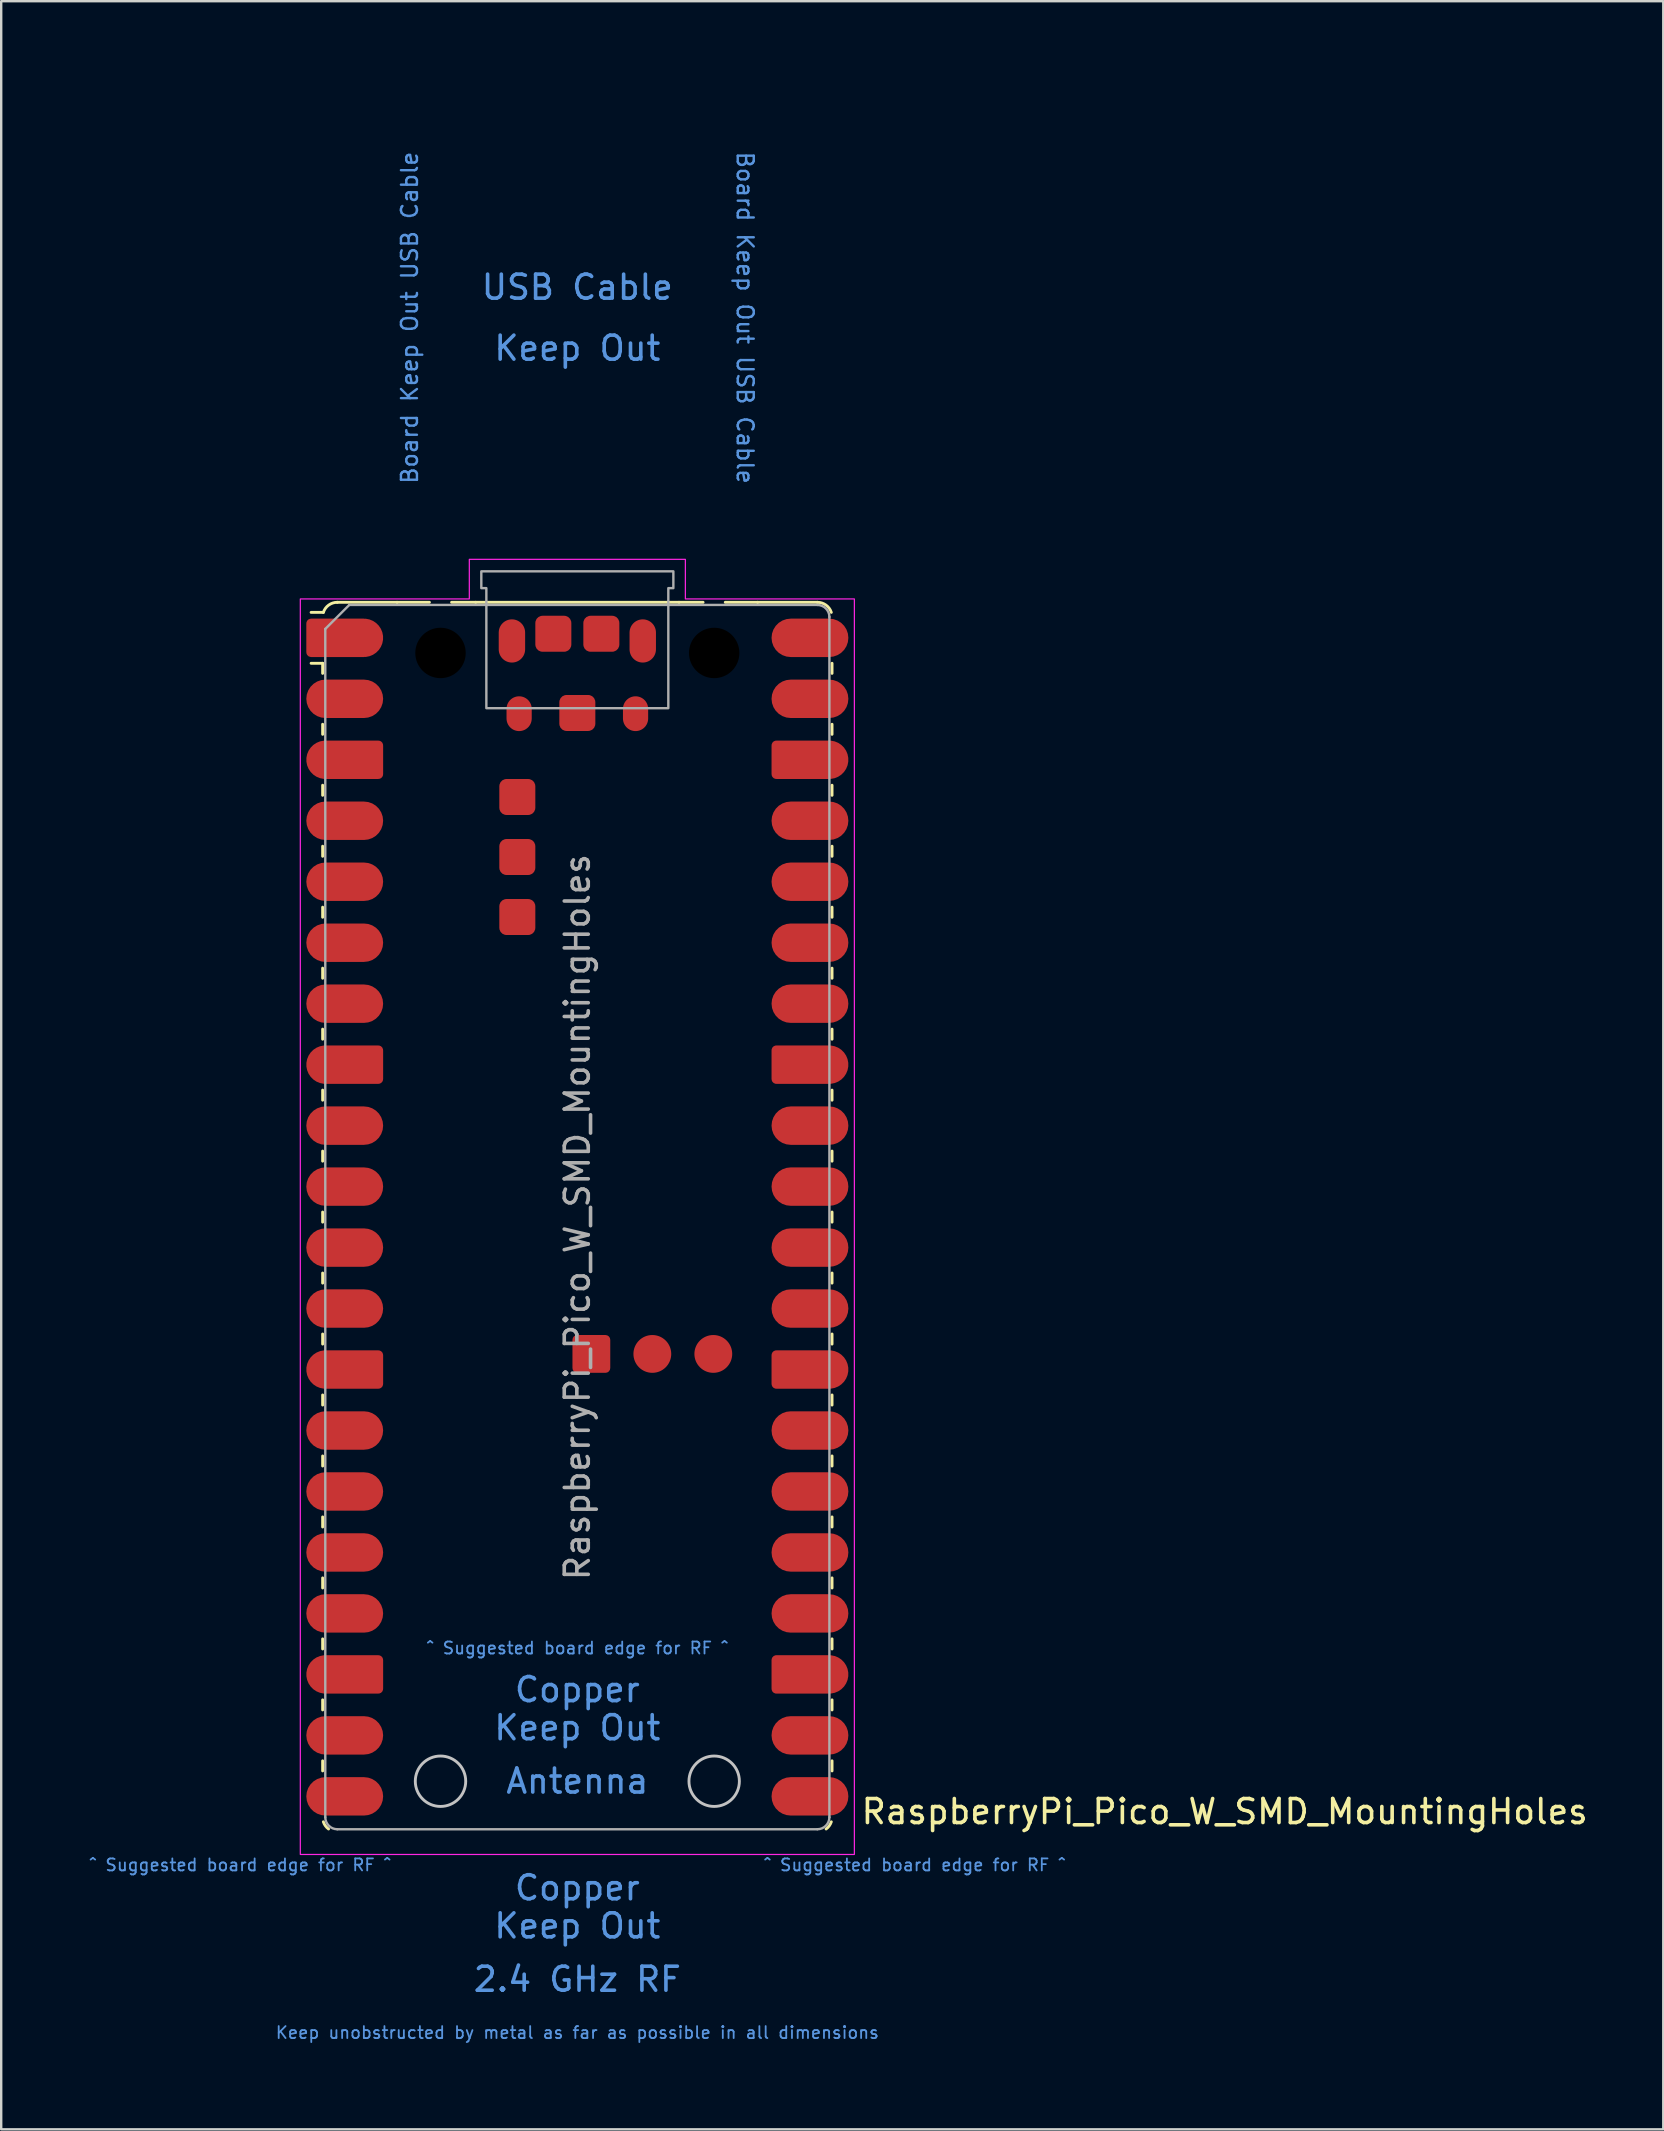
<source format=kicad_pcb>
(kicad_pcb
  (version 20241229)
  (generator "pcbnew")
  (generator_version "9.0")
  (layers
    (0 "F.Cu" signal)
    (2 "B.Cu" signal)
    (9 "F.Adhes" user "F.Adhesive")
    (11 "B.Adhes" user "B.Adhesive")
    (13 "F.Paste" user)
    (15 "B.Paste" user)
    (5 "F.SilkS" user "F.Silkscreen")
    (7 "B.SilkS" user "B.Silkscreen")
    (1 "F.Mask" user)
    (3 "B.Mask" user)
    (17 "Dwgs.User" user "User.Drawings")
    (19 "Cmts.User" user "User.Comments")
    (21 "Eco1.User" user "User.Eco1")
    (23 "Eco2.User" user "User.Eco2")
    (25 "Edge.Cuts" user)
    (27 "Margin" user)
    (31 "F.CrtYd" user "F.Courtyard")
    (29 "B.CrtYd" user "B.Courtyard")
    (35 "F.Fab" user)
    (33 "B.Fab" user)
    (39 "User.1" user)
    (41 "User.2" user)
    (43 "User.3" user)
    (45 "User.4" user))
  (footprint "RaspberryPi_Pico_W_SMD_MountingHoles"
    (layer "F.Cu")
    (at 21 47.65)
    (property "Reference" "RaspberryPi_Pico_W_SMD_MountingHoles" (at 11.748 24.765 0) (unlocked yes) (layer "F.SilkS") (effects (font (size 1 1) (thickness 0.15)) (justify left)))
    (attr smd)
    (fp_line (start -10.61 -23.07) (end -11.09 -23.07) (stroke (width 0.12) (type solid)) (layer "F.SilkS"))
    (fp_line (start -10.61 -23.07) (end -10.61 -22.65) (stroke (width 0.12) (type solid)) (layer "F.SilkS"))
    (fp_line (start -10.61 -20.53) (end -10.61 -20.11) (stroke (width 0.12) (type solid)) (layer "F.SilkS"))
    (fp_line (start -10.61 -17.99) (end -10.61 -17.57) (stroke (width 0.12) (type solid)) (layer "F.SilkS"))
    (fp_line (start -10.61 -15.45) (end -10.61 -15.03) (stroke (width 0.12) (type solid)) (layer "F.SilkS"))
    (fp_line (start -10.61 -12.91) (end -10.61 -12.49) (stroke (width 0.12) (type solid)) (layer "F.SilkS"))
    (fp_line (start -10.61 -10.37) (end -10.61 -9.95) (stroke (width 0.12) (type solid)) (layer "F.SilkS"))
    (fp_line (start -10.61 -7.83) (end -10.61 -7.41) (stroke (width 0.12) (type solid)) (layer "F.SilkS"))
    (fp_line (start -10.61 -5.29) (end -10.61 -4.87) (stroke (width 0.12) (type solid)) (layer "F.SilkS"))
    (fp_line (start -10.61 -2.75) (end -10.61 -2.33) (stroke (width 0.12) (type solid)) (layer "F.SilkS"))
    (fp_line (start -10.61 -0.21) (end -10.61 0.21) (stroke (width 0.12) (type solid)) (layer "F.SilkS"))
    (fp_line (start -10.61 2.33) (end -10.61 2.75) (stroke (width 0.12) (type solid)) (layer "F.SilkS"))
    (fp_line (start -10.61 4.87) (end -10.61 5.29) (stroke (width 0.12) (type solid)) (layer "F.SilkS"))
    (fp_line (start -10.61 7.41) (end -10.61 7.83) (stroke (width 0.12) (type solid)) (layer "F.SilkS"))
    (fp_line (start -10.61 9.95) (end -10.61 10.37) (stroke (width 0.12) (type solid)) (layer "F.SilkS"))
    (fp_line (start -10.61 12.49) (end -10.61 12.91) (stroke (width 0.12) (type solid)) (layer "F.SilkS"))
    (fp_line (start -10.61 15.03) (end -10.61 15.45) (stroke (width 0.12) (type solid)) (layer "F.SilkS"))
    (fp_line (start -10.61 17.57) (end -10.61 17.99) (stroke (width 0.12) (type solid)) (layer "F.SilkS"))
    (fp_line (start -10.61 20.11) (end -10.61 20.53) (stroke (width 0.12) (type solid)) (layer "F.SilkS"))
    (fp_line (start -10.61 22.65) (end -10.61 23.07) (stroke (width 0.12) (type solid)) (layer "F.SilkS"))
    (fp_line (start -10.58 -25.19) (end -11.09 -25.19) (stroke (width 0.12) (type solid)) (layer "F.SilkS"))
    (fp_line (start -10 -25.61) (end -7.51 -25.61) (stroke (width 0.12) (type solid)) (layer "F.SilkS"))
    (fp_line (start -7.51 -25.61) (end -6.162 -25.61) (stroke (width 0.12) (type solid)) (layer "F.SilkS"))
    (fp_line (start -5.238 -25.61) (end -4.235 -25.61) (stroke (width 0.12) (type solid)) (layer "F.SilkS"))
    (fp_line (start -4.235 -25.61) (end 4.235 -25.61) (stroke (width 0.12) (type solid)) (layer "F.SilkS"))
    (fp_line (start 4.235 -25.61) (end 5.238 -25.61) (stroke (width 0.12) (type solid)) (layer "F.SilkS"))
    (fp_line (start 6.162 -25.61) (end 7.51 -25.61) (stroke (width 0.12) (type solid)) (layer "F.SilkS"))
    (fp_line (start 10 -25.61) (end 7.51 -25.61) (stroke (width 0.12) (type solid)) (layer "F.SilkS"))
    (fp_line (start 10.61 -23.07) (end 10.61 -22.65) (stroke (width 0.12) (type solid)) (layer "F.SilkS"))
    (fp_line (start 10.61 -20.53) (end 10.61 -20.11) (stroke (width 0.12) (type solid)) (layer "F.SilkS"))
    (fp_line (start 10.61 -17.99) (end 10.61 -17.57) (stroke (width 0.12) (type solid)) (layer "F.SilkS"))
    (fp_line (start 10.61 -15.45) (end 10.61 -15.03) (stroke (width 0.12) (type solid)) (layer "F.SilkS"))
    (fp_line (start 10.61 -12.91) (end 10.61 -12.49) (stroke (width 0.12) (type solid)) (layer "F.SilkS"))
    (fp_line (start 10.61 -10.37) (end 10.61 -9.95) (stroke (width 0.12) (type solid)) (layer "F.SilkS"))
    (fp_line (start 10.61 -7.83) (end 10.61 -7.41) (stroke (width 0.12) (type solid)) (layer "F.SilkS"))
    (fp_line (start 10.61 -5.29) (end 10.61 -4.87) (stroke (width 0.12) (type solid)) (layer "F.SilkS"))
    (fp_line (start 10.61 -2.75) (end 10.61 -2.33) (stroke (width 0.12) (type solid)) (layer "F.SilkS"))
    (fp_line (start 10.61 -0.21) (end 10.61 0.21) (stroke (width 0.12) (type solid)) (layer "F.SilkS"))
    (fp_line (start 10.61 2.33) (end 10.61 2.75) (stroke (width 0.12) (type solid)) (layer "F.SilkS"))
    (fp_line (start 10.61 4.87) (end 10.61 5.29) (stroke (width 0.12) (type solid)) (layer "F.SilkS"))
    (fp_line (start 10.61 7.41) (end 10.61 7.83) (stroke (width 0.12) (type solid)) (layer "F.SilkS"))
    (fp_line (start 10.61 9.95) (end 10.61 10.37) (stroke (width 0.12) (type solid)) (layer "F.SilkS"))
    (fp_line (start 10.61 12.49) (end 10.61 12.91) (stroke (width 0.12) (type solid)) (layer "F.SilkS"))
    (fp_line (start 10.61 15.03) (end 10.61 15.45) (stroke (width 0.12) (type solid)) (layer "F.SilkS"))
    (fp_line (start 10.61 17.57) (end 10.61 17.99) (stroke (width 0.12) (type solid)) (layer "F.SilkS"))
    (fp_line (start 10.61 20.11) (end 10.61 20.53) (stroke (width 0.12) (type solid)) (layer "F.SilkS"))
    (fp_line (start 10.61 22.65) (end 10.61 23.07) (stroke (width 0.12) (type solid)) (layer "F.SilkS"))
    (fp_arc (start -10.579676 -25.189937) (mid -10.357938 -25.493944) (end -10 -25.61) (stroke (width 0.12) (type solid)) (layer "F.SilkS"))
    (fp_arc (start -10.363318 25.49) (mid -10.494791 25.356765) (end -10.579676 25.189937) (stroke (width 0.12) (type solid)) (layer "F.SilkS"))
    (fp_arc (start 10 -25.61) (mid 10.357937 -25.493944) (end 10.579676 -25.189937) (stroke (width 0.12) (type solid)) (layer "F.SilkS"))
    (fp_arc (start 10.579676 25.189937) (mid 10.494798 25.356768) (end 10.363318 25.49) (stroke (width 0.12) (type solid)) (layer "F.SilkS"))
    (fp_circle (center -5.7 23.5) (end -4.65 23.5) (stroke (width 0.12) (type solid)) (fill no) (layer "Dwgs.User"))
    (fp_circle (center 5.7 23.5) (end 6.75 23.5) (stroke (width 0.12) (type solid)) (fill no) (layer "Dwgs.User"))
    (fp_poly (pts (xy -4.5 -27.4) (xy 4.5 -27.4) (xy 4.5 -25.75) (xy 11.54 -25.75) (xy 11.54 26.55) (xy -11.54 26.55) (xy -11.54 -25.75) (xy -4.5 -25.75)) (stroke (width 0.05) (type solid)) (fill no) (layer "F.CrtYd"))
    (fp_line (start -10.5 -24.5) (end -9.5 -25.5) (stroke (width 0.1) (type solid)) (layer "F.Fab"))
    (fp_line (start -10.5 25) (end -10.5 -24.5) (stroke (width 0.1) (type solid)) (layer "F.Fab"))
    (fp_line (start -9.5 -25.5) (end 10 -25.5) (stroke (width 0.1) (type solid)) (layer "F.Fab"))
    (fp_line (start 10 25.5) (end -10 25.5) (stroke (width 0.1) (type solid)) (layer "F.Fab"))
    (fp_line (start 10.5 -25) (end 10.5 25) (stroke (width 0.1) (type solid)) (layer "F.Fab"))
    (fp_arc (start -10 25.5) (mid -10.353553 25.353553) (end -10.5 25) (stroke (width 0.1) (type solid)) (layer "F.Fab"))
    (fp_arc (start 10 -25.5) (mid 10.353553 -25.353553) (end 10.5 -25) (stroke (width 0.1) (type solid)) (layer "F.Fab"))
    (fp_arc (start 10.5 25) (mid 10.353553 25.353553) (end 10 25.5) (stroke (width 0.1) (type solid)) (layer "F.Fab"))
    (fp_poly (pts (xy 3.79 -21.2) (xy 3.79 -26.2) (xy 4 -26.2) (xy 4 -26.9) (xy -4 -26.9) (xy -4 -26.2) (xy -3.79 -26.2) (xy -3.79 -21.2)) (stroke (width 0.1) (type solid)) (fill no) (layer "F.Fab"))
    (fp_text user "Keep unobstructed by metal as far as possible in all dimensions" (at 0 33.972 0) (unlocked yes) (layer "Cmts.User") (effects (font (size 0.5 0.5) (thickness 0.075))))
    (fp_text user "Copper" (at 0 19.685 0) (unlocked yes) (layer "Cmts.User") (effects (font (size 1 1) (thickness 0.15))))
    (fp_text user "Board Keep Out USB Cable" (at 6.985 -37.465 270) (unlocked yes) (layer "Cmts.User") (effects (font (size 0.667 0.667) (thickness 0.1))))
    (fp_text user "^ Suggested board edge for RF ^" (at 0 17.953 0) (unlocked yes) (layer "Cmts.User") (effects (font (size 0.5 0.5) (thickness 0.075))))
    (fp_text user "Copper" (at 0 27.94 0) (unlocked yes) (layer "Cmts.User") (effects (font (size 1 1) (thickness 0.15))))
    (fp_text user "Keep Out" (at 0 -36.195 0) (unlocked yes) (layer "Cmts.User") (effects (font (size 1 1) (thickness 0.15))))
    (fp_text user "Antenna" (at 0 23.495 0) (unlocked yes) (layer "Cmts.User") (effects (font (size 1 1) (thickness 0.15))))
    (fp_text user "Keep Out" (at 0 21.273 0) (unlocked yes) (layer "Cmts.User") (effects (font (size 1 1) (thickness 0.15))))
    (fp_text user "USB Cable" (at 0 -38.735 0) (unlocked yes) (layer "Cmts.User") (effects (font (size 1 1) (thickness 0.15))))
    (fp_text user "^ Suggested board edge for RF ^" (at 14.05 26.988 0) (unlocked yes) (layer "Cmts.User") (effects (font (size 0.5 0.5) (thickness 0.075))))
    (fp_text user "2.4 GHz RF" (at 0 31.75 0) (unlocked yes) (layer "Cmts.User") (effects (font (size 1 1) (thickness 0.15))))
    (fp_text user "Board Keep Out USB Cable" (at -6.985 -37.465 90) (unlocked yes) (layer "Cmts.User") (effects (font (size 0.667 0.667) (thickness 0.1))))
    (fp_text user "^ Suggested board edge for RF ^" (at -14.05 26.988 0) (unlocked yes) (layer "Cmts.User") (effects (font (size 0.5 0.5) (thickness 0.075))))
    (fp_text user "Keep Out" (at 0 29.527 0) (unlocked yes) (layer "Cmts.User") (effects (font (size 1 1) (thickness 0.15))))
    (fp_text user "${REFERENCE}" (at 0 0 90) (layer "F.Fab") (effects (font (size 1 1) (thickness 0.15))))
    (pad "" np_thru_hole circle (at -5.7 -23.5) (size 3.8 3.8) (drill 2.1) (layers "*.Mask"))
    (pad "" smd oval (at -2.725 -24) (size 1.1 1.8) (layers "F.Cu" "F.Mask" "F.Paste"))
    (pad "" smd oval (at -2.425 -20.97) (size 1.05 1.45) (layers "F.Cu" "F.Mask" "F.Paste"))
    (pad "" smd oval (at 2.425 -20.97) (size 1.05 1.45) (layers "F.Cu" "F.Mask" "F.Paste"))
    (pad "" smd oval (at 2.725 -24) (size 1.1 1.8) (layers "F.Cu" "F.Mask" "F.Paste"))
    (pad "" np_thru_hole circle (at 5.7 -23.5) (size 3.8 3.8) (drill 2.1) (layers "*.Mask"))
    (pad "1" smd custom (at -8.89 -24.13) (size 1.6 1.6) (layers "F.Cu" "F.Mask" "F.Paste") (options (anchor circle)) (primitives (gr_poly (pts (xy -2.4 0.6) (xy -2.4 -0.6) (xy -2.2 -0.8) (xy 0 -0.8) (xy 0 0.8) (xy -2.2 0.8)) (width 0) (fill yes)) (gr_circle (center -2.2 0.6) (end -2 0.6) (width 0) (fill yes)) (gr_circle (center -2.2 -0.6) (end -2 -0.6) (width 0) (fill yes))))
    (pad "2" smd roundrect (at -8.89 -21.59) (size 3.2 1.6) (drill (offset -0.8 0)) (layers "F.Cu" "F.Mask" "F.Paste") (roundrect_rratio 0.5))
    (pad "3" smd custom (at -8.89 -19.05) (size 1.6 1.6) (layers "F.Cu" "F.Mask" "F.Paste") (options (anchor circle)) (primitives (gr_poly (pts (xy 0.8 -0.6) (xy 0.8 0.6) (xy 0.6 0.8) (xy -1.6 0.8) (xy -1.6 -0.8) (xy 0.6 -0.8)) (width 0) (fill yes)) (gr_circle (center 0.6 0.6) (end 0.8 0.6) (width 0) (fill yes)) (gr_circle (center 0.6 -0.6) (end 0.8 -0.6) (width 0) (fill yes)) (gr_circle (center -1.6 0) (end -0.8 0) (width 0) (fill yes))))
    (pad "4" smd roundrect (at -8.89 -16.51) (size 3.2 1.6) (drill (offset -0.8 0)) (layers "F.Cu" "F.Mask" "F.Paste") (roundrect_rratio 0.5))
    (pad "5" smd roundrect (at -8.89 -13.97) (size 3.2 1.6) (drill (offset -0.8 0)) (layers "F.Cu" "F.Mask" "F.Paste") (roundrect_rratio 0.5))
    (pad "6" smd roundrect (at -8.89 -11.43) (size 3.2 1.6) (drill (offset -0.8 0)) (layers "F.Cu" "F.Mask" "F.Paste") (roundrect_rratio 0.5))
    (pad "7" smd roundrect (at -8.89 -8.89) (size 3.2 1.6) (drill (offset -0.8 0)) (layers "F.Cu" "F.Mask" "F.Paste") (roundrect_rratio 0.5))
    (pad "8" smd custom (at -8.89 -6.35) (size 1.6 1.6) (layers "F.Cu" "F.Mask" "F.Paste") (options (anchor circle)) (primitives (gr_poly (pts (xy 0.8 -0.6) (xy 0.8 0.6) (xy 0.6 0.8) (xy -1.6 0.8) (xy -1.6 -0.8) (xy 0.6 -0.8)) (width 0) (fill yes)) (gr_circle (center 0.6 0.6) (end 0.8 0.6) (width 0) (fill yes)) (gr_circle (center 0.6 -0.6) (end 0.8 -0.6) (width 0) (fill yes)) (gr_circle (center -1.6 0) (end -0.8 0) (width 0) (fill yes))))
    (pad "9" smd roundrect (at -8.89 -3.81) (size 3.2 1.6) (drill (offset -0.8 0)) (layers "F.Cu" "F.Mask" "F.Paste") (roundrect_rratio 0.5))
    (pad "10" smd roundrect (at -8.89 -1.27) (size 3.2 1.6) (drill (offset -0.8 0)) (layers "F.Cu" "F.Mask" "F.Paste") (roundrect_rratio 0.5))
    (pad "11" smd roundrect (at -8.89 1.27) (size 3.2 1.6) (drill (offset -0.8 0)) (layers "F.Cu" "F.Mask" "F.Paste") (roundrect_rratio 0.5))
    (pad "12" smd roundrect (at -8.89 3.81) (size 3.2 1.6) (drill (offset -0.8 0)) (layers "F.Cu" "F.Mask" "F.Paste") (roundrect_rratio 0.5))
    (pad "13" smd custom (at -8.89 6.35) (size 1.6 1.6) (layers "F.Cu" "F.Mask" "F.Paste") (options (anchor circle)) (primitives (gr_poly (pts (xy 0.8 -0.6) (xy 0.8 0.6) (xy 0.6 0.8) (xy -1.6 0.8) (xy -1.6 -0.8) (xy 0.6 -0.8)) (width 0) (fill yes)) (gr_circle (center 0.6 0.6) (end 0.8 0.6) (width 0) (fill yes)) (gr_circle (center 0.6 -0.6) (end 0.8 -0.6) (width 0) (fill yes)) (gr_circle (center -1.6 0) (end -0.8 0) (width 0) (fill yes))))
    (pad "14" smd roundrect (at -8.89 8.89) (size 3.2 1.6) (drill (offset -0.8 0)) (layers "F.Cu" "F.Mask" "F.Paste") (roundrect_rratio 0.5))
    (pad "15" smd roundrect (at -8.89 11.43) (size 3.2 1.6) (drill (offset -0.8 0)) (layers "F.Cu" "F.Mask" "F.Paste") (roundrect_rratio 0.5))
    (pad "16" smd roundrect (at -8.89 13.97) (size 3.2 1.6) (drill (offset -0.8 0)) (layers "F.Cu" "F.Mask" "F.Paste") (roundrect_rratio 0.5))
    (pad "17" smd roundrect (at -8.89 16.51) (size 3.2 1.6) (drill (offset -0.8 0)) (layers "F.Cu" "F.Mask" "F.Paste") (roundrect_rratio 0.5))
    (pad "18" smd custom (at -8.89 19.05) (size 1.6 1.6) (layers "F.Cu" "F.Mask" "F.Paste") (options (anchor circle)) (primitives (gr_poly (pts (xy 0.8 -0.6) (xy 0.8 0.6) (xy 0.6 0.8) (xy -1.6 0.8) (xy -1.6 -0.8) (xy 0.6 -0.8)) (width 0) (fill yes)) (gr_circle (center 0.6 0.6) (end 0.8 0.6) (width 0) (fill yes)) (gr_circle (center 0.6 -0.6) (end 0.8 -0.6) (width 0) (fill yes)) (gr_circle (center -1.6 0) (end -0.8 0) (width 0) (fill yes))))
    (pad "19" smd roundrect (at -8.89 21.59) (size 3.2 1.6) (drill (offset -0.8 0)) (layers "F.Cu" "F.Mask" "F.Paste") (roundrect_rratio 0.5))
    (pad "20" smd roundrect (at -8.89 24.13) (size 3.2 1.6) (drill (offset -0.8 0)) (layers "F.Cu" "F.Mask" "F.Paste") (roundrect_rratio 0.5))
    (pad "21" smd roundrect (at 8.89 24.13) (size 3.2 1.6) (drill (offset 0.8 0)) (layers "F.Cu" "F.Mask" "F.Paste") (roundrect_rratio 0.5))
    (pad "22" smd roundrect (at 8.89 21.59) (size 3.2 1.6) (drill (offset 0.8 0)) (layers "F.Cu" "F.Mask" "F.Paste") (roundrect_rratio 0.5))
    (pad "23" smd custom (at 8.89 19.05) (size 1.6 1.6) (layers "F.Cu" "F.Mask" "F.Paste") (options (anchor circle)) (primitives (gr_poly (pts (xy -0.8 -0.6) (xy -0.8 0.6) (xy -0.6 0.8) (xy 1.6 0.8) (xy 1.6 -0.8) (xy -0.6 -0.8)) (width 0) (fill yes)) (gr_circle (center -0.6 0.6) (end -0.4 0.6) (width 0) (fill yes)) (gr_circle (center -0.6 -0.6) (end -0.4 -0.6) (width 0) (fill yes)) (gr_circle (center 1.6 0) (end 2.4 0) (width 0) (fill yes))))
    (pad "24" smd roundrect (at 8.89 16.51) (size 3.2 1.6) (drill (offset 0.8 0)) (layers "F.Cu" "F.Mask" "F.Paste") (roundrect_rratio 0.5))
    (pad "25" smd roundrect (at 8.89 13.97) (size 3.2 1.6) (drill (offset 0.8 0)) (layers "F.Cu" "F.Mask" "F.Paste") (roundrect_rratio 0.5))
    (pad "26" smd roundrect (at 8.89 11.43) (size 3.2 1.6) (drill (offset 0.8 0)) (layers "F.Cu" "F.Mask" "F.Paste") (roundrect_rratio 0.5))
    (pad "27" smd roundrect (at 8.89 8.89) (size 3.2 1.6) (drill (offset 0.8 0)) (layers "F.Cu" "F.Mask" "F.Paste") (roundrect_rratio 0.5))
    (pad "28" smd custom (at 8.89 6.35) (size 1.6 1.6) (layers "F.Cu" "F.Mask" "F.Paste") (options (anchor circle)) (primitives (gr_poly (pts (xy -0.8 -0.6) (xy -0.8 0.6) (xy -0.6 0.8) (xy 1.6 0.8) (xy 1.6 -0.8) (xy -0.6 -0.8)) (width 0) (fill yes)) (gr_circle (center -0.6 0.6) (end -0.4 0.6) (width 0) (fill yes)) (gr_circle (center -0.6 -0.6) (end -0.4 -0.6) (width 0) (fill yes)) (gr_circle (center 1.6 0) (end 2.4 0) (width 0) (fill yes))))
    (pad "29" smd roundrect (at 8.89 3.81) (size 3.2 1.6) (drill (offset 0.8 0)) (layers "F.Cu" "F.Mask" "F.Paste") (roundrect_rratio 0.5))
    (pad "30" smd roundrect (at 8.89 1.27) (size 3.2 1.6) (drill (offset 0.8 0)) (layers "F.Cu" "F.Mask" "F.Paste") (roundrect_rratio 0.5))
    (pad "31" smd roundrect (at 8.89 -1.27) (size 3.2 1.6) (drill (offset 0.8 0)) (layers "F.Cu" "F.Mask" "F.Paste") (roundrect_rratio 0.5))
    (pad "32" smd roundrect (at 8.89 -3.81) (size 3.2 1.6) (drill (offset 0.8 0)) (layers "F.Cu" "F.Mask" "F.Paste") (roundrect_rratio 0.5))
    (pad "33" smd custom (at 8.89 -6.35) (size 1.6 1.6) (layers "F.Cu" "F.Mask" "F.Paste") (options (anchor circle)) (primitives (gr_poly (pts (xy -0.8 -0.6) (xy -0.8 0.6) (xy -0.6 0.8) (xy 1.6 0.8) (xy 1.6 -0.8) (xy -0.6 -0.8)) (width 0) (fill yes)) (gr_circle (center -0.6 0.6) (end -0.4 0.6) (width 0) (fill yes)) (gr_circle (center -0.6 -0.6) (end -0.4 -0.6) (width 0) (fill yes)) (gr_circle (center 1.6 0) (end 2.4 0) (width 0) (fill yes))))
    (pad "34" smd roundrect (at 8.89 -8.89) (size 3.2 1.6) (drill (offset 0.8 0)) (layers "F.Cu" "F.Mask" "F.Paste") (roundrect_rratio 0.5))
    (pad "35" smd roundrect (at 8.89 -11.43) (size 3.2 1.6) (drill (offset 0.8 0)) (layers "F.Cu" "F.Mask" "F.Paste") (roundrect_rratio 0.5))
    (pad "36" smd roundrect (at 8.89 -13.97) (size 3.2 1.6) (drill (offset 0.8 0)) (layers "F.Cu" "F.Mask" "F.Paste") (roundrect_rratio 0.5))
    (pad "37" smd roundrect (at 8.89 -16.51) (size 3.2 1.6) (drill (offset 0.8 0)) (layers "F.Cu" "F.Mask" "F.Paste") (roundrect_rratio 0.5))
    (pad "38" smd custom (at 8.89 -19.05) (size 1.6 1.6) (layers "F.Cu" "F.Mask" "F.Paste") (options (anchor circle)) (primitives (gr_poly (pts (xy -0.8 -0.6) (xy -0.8 0.6) (xy -0.6 0.8) (xy 1.6 0.8) (xy 1.6 -0.8) (xy -0.6 -0.8)) (width 0) (fill yes)) (gr_circle (center -0.6 0.6) (end -0.4 0.6) (width 0) (fill yes)) (gr_circle (center -0.6 -0.6) (end -0.4 -0.6) (width 0) (fill yes)) (gr_circle (center 1.6 0) (end 2.4 0) (width 0) (fill yes))))
    (pad "39" smd roundrect (at 8.89 -21.59) (size 3.2 1.6) (drill (offset 0.8 0)) (layers "F.Cu" "F.Mask" "F.Paste") (roundrect_rratio 0.5))
    (pad "40" smd roundrect (at 8.89 -24.13) (size 3.2 1.6) (drill (offset 0.8 0)) (layers "F.Cu" "F.Mask" "F.Paste") (roundrect_rratio 0.5))
    (pad "D1" smd roundrect (at 0.584 5.7) (size 1.575 1.575) (layers "F.Cu" "F.Mask" "F.Paste") (roundrect_rratio 0.127))
    (pad "D2" smd circle (at 3.124 5.7) (size 1.575 1.575) (layers "F.Cu" "F.Mask" "F.Paste"))
    (pad "D3" smd circle (at 5.664 5.7) (size 1.575 1.575) (layers "F.Cu" "F.Mask" "F.Paste"))
    (pad "TP1" smd roundrect (at 0 -21) (size 1.5 1.5) (layers "F.Cu" "F.Mask" "F.Paste") (roundrect_rratio 0.2))
    (pad "TP2" smd roundrect (at 1 -24.3) (size 1.5 1.5) (layers "F.Cu" "F.Mask" "F.Paste") (roundrect_rratio 0.2))
    (pad "TP3" smd roundrect (at -1 -24.3) (size 1.5 1.5) (layers "F.Cu" "F.Mask" "F.Paste") (roundrect_rratio 0.2))
    (pad "TP4" smd roundrect (at -2.5 -17.5) (size 1.5 1.5) (layers "F.Cu" "F.Mask" "F.Paste") (roundrect_rratio 0.2))
    (pad "TP5" smd roundrect (at -2.5 -15) (size 1.5 1.5) (layers "F.Cu" "F.Mask" "F.Paste") (roundrect_rratio 0.2))
    (pad "TP6" smd roundrect (at -2.5 -12.5) (size 1.5 1.5) (layers "F.Cu" "F.Mask" "F.Paste") (roundrect_rratio 0.2))
    (zone (net_name "") (layers "F.Cu" "B.Cu" "F.Paste" "B.Paste") (name "RF Copper Keep Out") (hatch full 0.5) (connect_pads) (min_thickness 0.254) (filled_areas_thickness no) (keepout (tracks not_allowed) (vias not_allowed) (pads not_allowed) (copperpour not_allowed) (footprints not_allowed)) (placement (enabled no)) (fill) (polygon (pts (xy 0 72.65) (xy 42 72.65) (xy 42 82.65) (xy 0 82.65))))
    (zone (net_name "") (layers "F.Cu" "B.Cu" "F.Paste" "B.Paste") (name "Antenna Copper Keep Out") (hatch full 0.5) (connect_pads) (min_thickness 0.254) (filled_areas_thickness no) (keepout (tracks not_allowed) (vias not_allowed) (pads not_allowed) (copperpour not_allowed) (footprints not_allowed)) (placement (enabled no)) (fill) (polygon (pts (xy 18.6 72.64) (xy 13.9 68.99) (xy 13.9 64.65) (xy 28.1 64.65) (xy 28.1 68.99) (xy 23.4 72.64) (xy 23.4 72.65) (xy 18.6 72.65))))
    (zone (net_name "") (layer "Edge.Cuts") (name "Board Keep Out USB Cable") (hatch edge 0.5) (connect_pads) (min_thickness 0.254) (filled_areas_thickness no) (keepout (tracks allowed) (vias allowed) (pads allowed) (copperpour allowed) (footprints allowed)) (placement (enabled no)) (fill) (polygon (pts (xy 14.8 0) (xy 27.2 0) (xy 27.2 20.4) (xy 14.8 20.4))))
    (zone (net_name "") (layer "Edge.Cuts") (name "Board Keep Out Suggestion RF") (hatch edge 0.5) (connect_pads) (min_thickness 0.254) (filled_areas_thickness no) (keepout (tracks allowed) (vias allowed) (pads allowed) (copperpour allowed) (footprints allowed)) (placement (enabled no)) (fill) (polygon (pts (xy 28.1 73.65) (xy 42 73.65) (xy 42 82.65) (xy 0 82.65) (xy 0 73.65) (xy 13.9 73.65) (xy 13.9 64.65) (xy 28.1 64.65))))
    (zone (net_name "") (layer "F.CrtYd") (name "USB Cable Keep Out") (hatch full 0.5) (connect_pads) (min_thickness 0.254) (filled_areas_thickness no) (keepout (tracks allowed) (vias allowed) (pads allowed) (copperpour allowed) (footprints not_allowed)) (placement (enabled no)) (fill) (polygon (pts (xy 15.25 19.95) (xy 17.06 19.95) (xy 17.06 20.25) (xy 24.94 20.25) (xy 24.94 19.95) (xy 26.75 19.95) (xy 26.75 0.45) (xy 15.25 0.45)))))
  (gr_rect
    (start -3 -3)
    (end 66.236 85.65)
    (stroke (width 0.1) (type default))
    (fill no)
    (layer "Edge.Cuts")))
</source>
